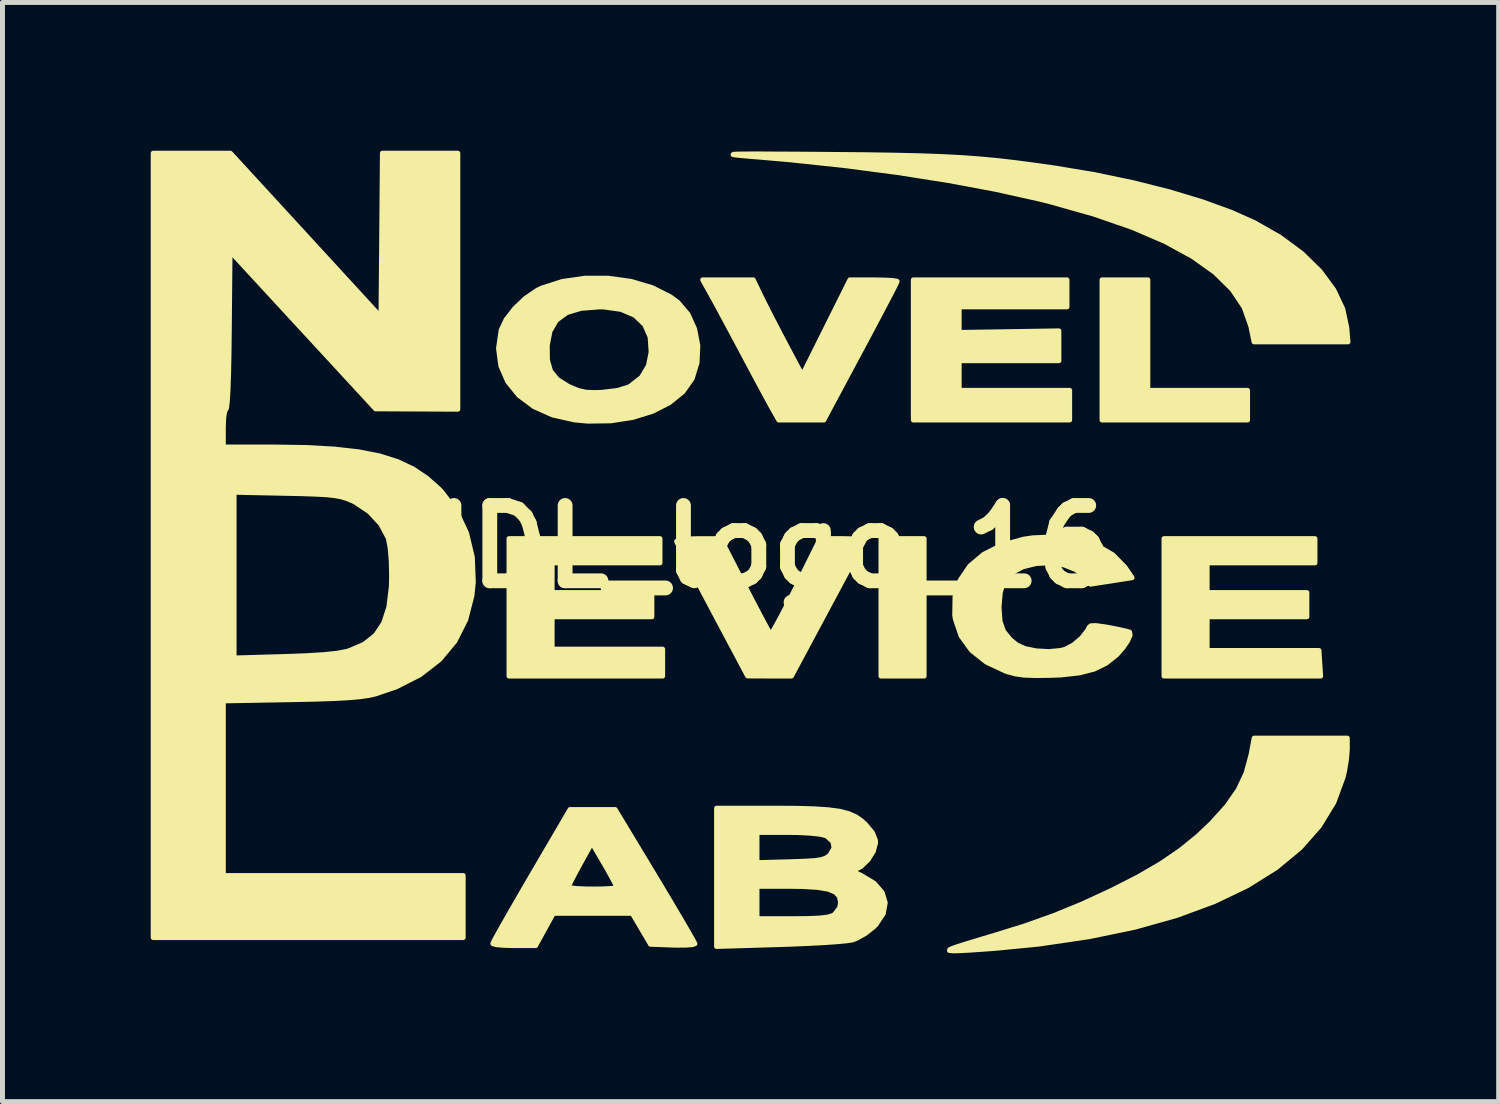
<source format=kicad_pcb>
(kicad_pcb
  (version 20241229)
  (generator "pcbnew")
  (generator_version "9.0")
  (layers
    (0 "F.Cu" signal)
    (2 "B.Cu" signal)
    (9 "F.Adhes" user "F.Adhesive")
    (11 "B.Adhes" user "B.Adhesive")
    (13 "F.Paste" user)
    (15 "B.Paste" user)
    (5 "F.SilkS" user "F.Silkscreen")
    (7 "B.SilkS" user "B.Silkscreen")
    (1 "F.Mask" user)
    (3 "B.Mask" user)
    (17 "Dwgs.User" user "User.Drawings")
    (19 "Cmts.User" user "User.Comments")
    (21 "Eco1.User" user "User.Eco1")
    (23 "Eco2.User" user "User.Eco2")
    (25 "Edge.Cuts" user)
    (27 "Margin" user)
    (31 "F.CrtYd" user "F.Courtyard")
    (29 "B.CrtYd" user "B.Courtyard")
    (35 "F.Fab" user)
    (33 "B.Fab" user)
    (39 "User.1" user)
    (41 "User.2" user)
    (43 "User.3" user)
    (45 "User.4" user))
  (footprint "NDL_logo_16"
    (layer "F.Cu")
    (at 12.159 8.013)
    (property "Reference" "NDL_logo_16" (at 0 0 0) (layer "F.SilkS") (effects (font (size 1.524 1.524) (thickness 0.3))))
    (attr through_hole)
    (fp_poly (pts (xy 3.491 2.618) (xy 3.054 2.618) (xy 2.618 2.618) (xy 2.618 1.227) (xy 2.618 -0.164) (xy 3.054 -0.164) (xy 3.491 -0.164) (xy 3.491 1.227) (xy 3.491 2.618)) (stroke (width 0.1) (type solid)) (fill yes) (layer "F.SilkS"))
    (fp_poly (pts (xy 10.036 -2.564) (xy 8.563 -2.564) (xy 7.091 -2.564) (xy 7.091 -3.982) (xy 7.091 -5.4) (xy 7.554 -5.4) (xy 8.018 -5.4) (xy 8.018 -4.282) (xy 8.018 -3.164) (xy 9.027 -3.164) (xy 10.036 -3.164) (xy 10.036 -2.864) (xy 10.036 -2.564)) (stroke (width 0.1) (type solid)) (fill yes) (layer "F.SilkS"))
    (fp_poly (pts (xy -1.8 2.618) (xy -3.354 2.618) (xy -4.909 2.618) (xy -4.909 1.227) (xy -4.909 -0.164) (xy -3.382 -0.164) (xy -1.854 -0.164) (xy -1.854 0.082) (xy -1.854 0.327) (xy -2.945 0.327) (xy -4.036 0.327) (xy -4.036 0.627) (xy -4.036 0.927) (xy -3.027 0.927) (xy -2.018 0.927) (xy -2.018 1.173) (xy -2.018 1.418) (xy -3.027 1.418) (xy -4.036 1.418) (xy -4.036 1.745) (xy -4.036 2.073) (xy -2.918 2.073) (xy -1.8 2.073) (xy -1.8 2.345) (xy -1.8 2.618)) (stroke (width 0.1) (type solid)) (fill yes) (layer "F.SilkS"))
    (fp_poly (pts (xy 6.436 -2.564) (xy 4.854 -2.564) (xy 3.273 -2.564) (xy 3.273 -3.982) (xy 3.273 -5.4) (xy 4.827 -5.4) (xy 6.382 -5.4) (xy 6.382 -5.127) (xy 6.382 -4.854) (xy 5.291 -4.854) (xy 4.2 -4.854) (xy 4.2 -4.595) (xy 4.2 -4.336) (xy 5.209 -4.352) (xy 6.218 -4.368) (xy 6.218 -4.066) (xy 6.218 -3.763) (xy 5.209 -3.763) (xy 4.2 -3.763) (xy 4.2 -3.463) (xy 4.2 -3.164) (xy 5.318 -3.164) (xy 6.436 -3.164) (xy 6.436 -2.864) (xy 6.436 -2.564)) (stroke (width 0.1) (type solid)) (fill yes) (layer "F.SilkS"))
    (fp_poly (pts (xy 11.515 2.618) (xy 9.93 2.618) (xy 8.345 2.618) (xy 8.345 1.227) (xy 8.345 -0.164) (xy 9.872 -0.164) (xy 11.4 -0.164) (xy 11.4 0.082) (xy 11.4 0.327) (xy 10.309 0.327) (xy 9.218 0.327) (xy 9.218 0.627) (xy 9.218 0.927) (xy 10.227 0.927) (xy 11.236 0.927) (xy 11.236 1.173) (xy 11.236 1.418) (xy 10.227 1.418) (xy 9.218 1.418) (xy 9.218 1.759) (xy 9.218 2.1) (xy 10.35 2.1) (xy 11.481 2.1) (xy 11.498 2.359) (xy 11.515 2.618)) (stroke (width 0.1) (type solid)) (fill yes) (layer "F.SilkS"))
    (fp_poly (pts (xy 2.945 -5.369) (xy 2.921 -5.314) (xy 2.851 -5.176) (xy 2.742 -4.967) (xy 2.601 -4.699) (xy 2.434 -4.383) (xy 2.248 -4.034) (xy 2.203 -3.951) (xy 1.461 -2.564) (xy 1.006 -2.564) (xy 0.55 -2.564) (xy 0.418 -2.795) (xy 0.35 -2.919) (xy 0.242 -3.118) (xy 0.105 -3.372) (xy -0.05 -3.662) (xy -0.191 -3.927) (xy -0.355 -4.235) (xy -0.514 -4.531) (xy -0.655 -4.794) (xy -0.767 -5) (xy -0.83 -5.113) (xy -0.99 -5.4) (xy -0.478 -5.4) (xy 0.034 -5.4) (xy 0.193 -5.067) (xy 0.283 -4.887) (xy 0.407 -4.642) (xy 0.55 -4.367) (xy 0.689 -4.102) (xy 1.026 -3.469) (xy 1.508 -4.435) (xy 1.989 -5.4) (xy 2.467 -5.4) (xy 2.68 -5.396) (xy 2.845 -5.388) (xy 2.935 -5.375) (xy 2.945 -5.369)) (stroke (width 0.1) (type solid)) (fill yes) (layer "F.SilkS"))
    (fp_poly (pts (xy 2.274 -0.123) (xy 2.244 -0.066) (xy 2.168 0.075) (xy 2.055 0.286) (xy 1.91 0.556) (xy 1.742 0.871) (xy 1.555 1.219) (xy 1.529 1.268) (xy 0.806 2.618) (xy 0.362 2.617) (xy -0.082 2.615) (xy -0.79 1.283) (xy -0.976 0.932) (xy -1.145 0.612) (xy -1.29 0.335) (xy -1.405 0.115) (xy -1.483 -0.036) (xy -1.517 -0.105) (xy -1.517 -0.107) (xy -1.476 -0.137) (xy -1.333 -0.156) (xy -1.096 -0.163) (xy -1.082 -0.163) (xy -0.627 -0.162) (xy -0.136 0.796) (xy 0.016 1.09) (xy 0.152 1.35) (xy 0.264 1.561) (xy 0.343 1.706) (xy 0.383 1.771) (xy 0.385 1.773) (xy 0.417 1.733) (xy 0.489 1.609) (xy 0.594 1.415) (xy 0.724 1.167) (xy 0.87 0.877) (xy 0.902 0.815) (xy 1.388 -0.164) (xy 1.843 -0.164) (xy 2.047 -0.159) (xy 2.197 -0.147) (xy 2.271 -0.13) (xy 2.274 -0.123)) (stroke (width 0.1) (type solid)) (fill yes) (layer "F.SilkS"))
    (fp_poly (pts (xy 12.054 4.107) (xy 12.039 4.294) (xy 12.002 4.523) (xy 11.971 4.661) (xy 11.781 5.175) (xy 11.49 5.652) (xy 11.101 6.093) (xy 10.615 6.495) (xy 10.036 6.858) (xy 9.365 7.18) (xy 8.605 7.461) (xy 7.758 7.699) (xy 6.826 7.892) (xy 5.813 8.041) (xy 4.942 8.126) (xy 4.663 8.147) (xy 4.413 8.164) (xy 4.217 8.174) (xy 4.102 8.178) (xy 4.096 8.178) (xy 4.003 8.171) (xy 4.011 8.152) (xy 4.063 8.128) (xy 4.156 8.095) (xy 4.329 8.04) (xy 4.559 7.97) (xy 4.822 7.891) (xy 4.85 7.883) (xy 5.516 7.677) (xy 6.115 7.464) (xy 6.691 7.228) (xy 7.282 6.955) (xy 7.825 6.678) (xy 8.284 6.411) (xy 8.679 6.141) (xy 9.032 5.854) (xy 9.303 5.597) (xy 9.618 5.249) (xy 9.846 4.92) (xy 10.004 4.586) (xy 10.103 4.223) (xy 10.107 4.205) (xy 10.17 3.873) (xy 11.112 3.873) (xy 12.054 3.873) (xy 12.054 4.107)) (stroke (width 0.1) (type solid)) (fill yes) (layer "F.SilkS"))
    (fp_poly (pts (xy 12.068 -4.145) (xy 11.117 -4.145) (xy 10.167 -4.145) (xy 10.101 -4.464) (xy 9.967 -4.844) (xy 9.725 -5.206) (xy 9.377 -5.549) (xy 8.922 -5.873) (xy 8.36 -6.179) (xy 7.693 -6.465) (xy 6.919 -6.732) (xy 6.04 -6.98) (xy 5.809 -7.038) (xy 4.94 -7.231) (xy 3.983 -7.41) (xy 2.958 -7.571) (xy 1.884 -7.712) (xy 0.783 -7.829) (xy 0.187 -7.881) (xy -0.033 -7.899) (xy -0.204 -7.914) (xy -0.319 -7.926) (xy -0.375 -7.935) (xy -0.364 -7.941) (xy -0.281 -7.945) (xy -0.12 -7.947) (xy 0.125 -7.948) (xy 0.46 -7.946) (xy 0.889 -7.944) (xy 1.42 -7.94) (xy 1.636 -7.938) (xy 2.312 -7.932) (xy 2.895 -7.923) (xy 3.403 -7.911) (xy 3.85 -7.895) (xy 4.255 -7.874) (xy 4.634 -7.846) (xy 5.003 -7.811) (xy 5.378 -7.767) (xy 5.777 -7.714) (xy 6.136 -7.663) (xy 6.94 -7.529) (xy 7.716 -7.367) (xy 8.447 -7.183) (xy 9.117 -6.981) (xy 9.71 -6.765) (xy 10.172 -6.559) (xy 10.691 -6.263) (xy 11.137 -5.932) (xy 11.503 -5.574) (xy 11.78 -5.198) (xy 11.963 -4.811) (xy 12.043 -4.439) (xy 12.068 -4.145)) (stroke (width 0.1) (type solid)) (fill yes) (layer "F.SilkS"))
    (fp_poly (pts (xy -1.147 8.034) (xy -1.197 8.052) (xy -1.33 8.062) (xy -1.521 8.063) (xy -1.595 8.061) (xy -2.045 8.045) (xy -2.23 7.731) (xy -2.415 7.418) (xy -2.727 7.418) (xy -2.727 6.896) (xy -2.754 6.831) (xy -2.829 6.688) (xy -2.943 6.484) (xy -3.089 6.234) (xy -3.125 6.173) (xy -3.232 5.991) (xy -3.469 6.418) (xy -3.574 6.612) (xy -3.656 6.77) (xy -3.702 6.868) (xy -3.707 6.886) (xy -3.658 6.904) (xy -3.523 6.918) (xy -3.328 6.926) (xy -3.218 6.927) (xy -3.002 6.924) (xy -2.834 6.915) (xy -2.74 6.903) (xy -2.727 6.896) (xy -2.727 7.418) (xy -3.213 7.418) (xy -4.011 7.418) (xy -4.191 7.745) (xy -4.371 8.072) (xy -4.803 8.072) (xy -5.005 8.067) (xy -5.157 8.054) (xy -5.232 8.035) (xy -5.236 8.029) (xy -5.21 7.973) (xy -5.135 7.835) (xy -5.018 7.627) (xy -4.867 7.363) (xy -4.689 7.054) (xy -4.49 6.712) (xy -4.455 6.652) (xy -3.674 5.318) (xy -3.217 5.318) (xy -2.761 5.318) (xy -1.955 6.654) (xy -1.748 6.999) (xy -1.561 7.314) (xy -1.4 7.586) (xy -1.273 7.805) (xy -1.187 7.957) (xy -1.149 8.03) (xy -1.147 8.034)) (stroke (width 0.1) (type solid)) (fill yes) (layer "F.SilkS"))
    (fp_poly (pts (xy -1.088 -4.069) (xy -1.103 -3.728) (xy -1.2 -3.409) (xy -1.206 -3.397) (xy -1.39 -3.136) (xy -1.662 -2.915) (xy -2.007 -2.739) (xy -2.033 -2.731) (xy -2.033 -3.938) (xy -2.054 -4.247) (xy -2.165 -4.496) (xy -2.361 -4.682) (xy -2.639 -4.802) (xy -2.995 -4.852) (xy -3.077 -4.853) (xy -3.455 -4.823) (xy -3.744 -4.735) (xy -3.951 -4.582) (xy -4.079 -4.363) (xy -4.135 -4.072) (xy -4.135 -4.069) (xy -4.131 -3.774) (xy -4.068 -3.554) (xy -3.933 -3.387) (xy -3.714 -3.249) (xy -3.692 -3.238) (xy -3.514 -3.163) (xy -3.352 -3.126) (xy -3.158 -3.119) (xy -3.02 -3.125) (xy -2.712 -3.162) (xy -2.487 -3.232) (xy -2.453 -3.25) (xy -2.226 -3.43) (xy -2.089 -3.66) (xy -2.033 -3.938) (xy -2.033 -2.731) (xy -2.409 -2.615) (xy -2.852 -2.547) (xy -3.321 -2.541) (xy -3.585 -2.566) (xy -4.027 -2.666) (xy -4.404 -2.834) (xy -4.709 -3.062) (xy -4.935 -3.34) (xy -5.075 -3.66) (xy -5.121 -4.012) (xy -5.068 -4.384) (xy -4.967 -4.597) (xy -4.793 -4.821) (xy -4.574 -5.029) (xy -4.337 -5.19) (xy -4.251 -5.233) (xy -3.828 -5.368) (xy -3.37 -5.434) (xy -2.899 -5.433) (xy -2.438 -5.369) (xy -2.013 -5.243) (xy -1.646 -5.058) (xy -1.491 -4.944) (xy -1.287 -4.704) (xy -1.152 -4.404) (xy -1.088 -4.069)) (stroke (width 0.1) (type solid)) (fill yes) (layer "F.SilkS"))
    (fp_poly (pts (xy 7.699 0.627) (xy 7.278 0.693) (xy 6.857 0.758) (xy 6.746 0.618) (xy 6.563 0.464) (xy 6.32 0.367) (xy 6.043 0.326) (xy 5.757 0.34) (xy 5.489 0.407) (xy 5.264 0.525) (xy 5.108 0.694) (xy 5.097 0.714) (xy 5.032 0.925) (xy 5.008 1.216) (xy 5.008 1.245) (xy 5.028 1.512) (xy 5.098 1.712) (xy 5.233 1.878) (xy 5.362 1.984) (xy 5.529 2.061) (xy 5.761 2.108) (xy 6.017 2.122) (xy 6.256 2.099) (xy 6.347 2.075) (xy 6.515 1.986) (xy 6.68 1.846) (xy 6.8 1.692) (xy 6.829 1.63) (xy 6.868 1.599) (xy 6.966 1.596) (xy 7.144 1.62) (xy 7.23 1.635) (xy 7.423 1.673) (xy 7.573 1.706) (xy 7.648 1.728) (xy 7.649 1.728) (xy 7.659 1.789) (xy 7.61 1.902) (xy 7.518 2.04) (xy 7.399 2.176) (xy 7.382 2.192) (xy 7.17 2.36) (xy 6.927 2.478) (xy 6.632 2.554) (xy 6.262 2.595) (xy 6.054 2.603) (xy 5.746 2.607) (xy 5.517 2.599) (xy 5.337 2.574) (xy 5.178 2.531) (xy 5.143 2.519) (xy 4.752 2.336) (xy 4.449 2.096) (xy 4.238 1.804) (xy 4.123 1.465) (xy 4.11 1.383) (xy 4.116 1.012) (xy 4.219 0.68) (xy 4.415 0.391) (xy 4.697 0.153) (xy 5.06 -0.03) (xy 5.497 -0.151) (xy 5.687 -0.18) (xy 6.161 -0.201) (xy 6.598 -0.148) (xy 6.985 -0.025) (xy 7.307 0.162) (xy 7.551 0.41) (xy 7.571 0.438) (xy 7.699 0.627)) (stroke (width 0.1) (type solid)) (fill yes) (layer "F.SilkS"))
    (fp_poly (pts (xy 2.705 7.206) (xy 2.664 7.425) (xy 2.518 7.645) (xy 2.462 7.7) (xy 2.295 7.83) (xy 2.115 7.93) (xy 2.038 7.957) (xy 1.923 7.975) (xy 1.8 7.986) (xy 1.8 7.194) (xy 1.776 7.077) (xy 1.697 6.99) (xy 1.668 6.978) (xy 1.668 6.099) (xy 1.646 5.967) (xy 1.523 5.858) (xy 1.496 5.844) (xy 1.383 5.818) (xy 1.187 5.797) (xy 0.934 5.784) (xy 0.734 5.782) (xy 0.109 5.782) (xy 0.109 6.087) (xy 0.109 6.393) (xy 0.789 6.374) (xy 1.078 6.364) (xy 1.28 6.351) (xy 1.414 6.331) (xy 1.502 6.301) (xy 1.565 6.258) (xy 1.586 6.238) (xy 1.668 6.099) (xy 1.668 6.978) (xy 1.551 6.93) (xy 1.327 6.893) (xy 1.013 6.875) (xy 0.765 6.872) (xy 0.109 6.872) (xy 0.109 7.2) (xy 0.109 7.527) (xy 0.833 7.527) (xy 1.152 7.524) (xy 1.38 7.514) (xy 1.535 7.495) (xy 1.637 7.466) (xy 1.679 7.442) (xy 1.782 7.307) (xy 1.8 7.194) (xy 1.8 7.986) (xy 1.718 7.994) (xy 1.441 8.013) (xy 1.112 8.03) (xy 0.748 8.045) (xy 0.559 8.051) (xy -0.709 8.089) (xy -0.709 6.69) (xy -0.709 5.291) (xy 0.406 5.291) (xy 0.879 5.293) (xy 1.256 5.303) (xy 1.554 5.323) (xy 1.785 5.354) (xy 1.965 5.401) (xy 2.107 5.464) (xy 2.226 5.547) (xy 2.304 5.619) (xy 2.447 5.789) (xy 2.506 5.94) (xy 2.509 5.989) (xy 2.465 6.16) (xy 2.355 6.336) (xy 2.21 6.474) (xy 2.118 6.521) (xy 2.06 6.548) (xy 2.077 6.582) (xy 2.183 6.636) (xy 2.218 6.652) (xy 2.48 6.81) (xy 2.643 6.998) (xy 2.705 7.206)) (stroke (width 0.1) (type solid)) (fill yes) (layer "F.SilkS"))
    (fp_poly (pts (xy -5.631 0.722) (xy -5.659 0.99) (xy -5.785 1.479) (xy -6.003 1.91) (xy -6.311 2.281) (xy -6.708 2.59) (xy -7.192 2.837) (xy -7.285 2.868) (xy -7.285 0.6) (xy -7.292 0.284) (xy -7.315 0.019) (xy -7.351 -0.167) (xy -7.357 -0.184) (xy -7.506 -0.462) (xy -7.737 -0.71) (xy -8.024 -0.902) (xy -8.086 -0.932) (xy -8.196 -0.976) (xy -8.306 -1.01) (xy -8.437 -1.034) (xy -8.606 -1.052) (xy -8.832 -1.064) (xy -9.134 -1.074) (xy -9.422 -1.08) (xy -10.472 -1.102) (xy -10.472 0.574) (xy -10.472 2.251) (xy -9.45 2.222) (xy -9.001 2.205) (xy -8.65 2.183) (xy -8.385 2.155) (xy -8.193 2.118) (xy -8.143 2.104) (xy -7.84 1.974) (xy -7.609 1.791) (xy -7.445 1.544) (xy -7.341 1.224) (xy -7.291 0.82) (xy -7.285 0.6) (xy -7.285 2.868) (xy -7.609 2.979) (xy -7.746 3.01) (xy -7.918 3.035) (xy -8.139 3.055) (xy -8.425 3.071) (xy -8.789 3.084) (xy -9.245 3.094) (xy -9.313 3.095) (xy -10.69 3.12) (xy -10.69 4.887) (xy -10.69 6.654) (xy -8.263 6.654) (xy -5.836 6.654) (xy -5.836 7.282) (xy -5.836 7.909) (xy -8.972 7.909) (xy -12.109 7.909) (xy -12.109 -0.027) (xy -12.109 -7.963) (xy -11.328 -7.963) (xy -10.547 -7.963) (xy -9.023 -6.304) (xy -7.5 -4.645) (xy -7.485 -6.304) (xy -7.471 -7.963) (xy -6.708 -7.963) (xy -5.945 -7.963) (xy -5.945 -5.373) (xy -5.945 -2.782) (xy -6.777 -2.786) (xy -7.609 -2.79) (xy -9.081 -4.386) (xy -10.554 -5.983) (xy -10.569 -4.382) (xy -10.575 -3.894) (xy -10.584 -3.487) (xy -10.595 -3.166) (xy -10.609 -2.939) (xy -10.624 -2.81) (xy -10.637 -2.782) (xy -10.664 -2.732) (xy -10.683 -2.598) (xy -10.69 -2.408) (xy -10.69 -2.4) (xy -10.69 -2.018) (xy -9.695 -2.018) (xy -9.021 -2.008) (xy -8.443 -1.976) (xy -7.949 -1.92) (xy -7.526 -1.837) (xy -7.164 -1.722) (xy -6.85 -1.574) (xy -6.573 -1.388) (xy -6.32 -1.163) (xy -6.271 -1.111) (xy -5.976 -0.722) (xy -5.768 -0.276) (xy -5.651 0.21) (xy -5.631 0.722)) (stroke (width 0.1) (type solid)) (fill yes) (layer "F.SilkS")))
  (gr_rect
    (start -3 -3)
    (end 27.276 19.241)
    (stroke (width 0.1) (type default))
    (fill no)
    (layer "Edge.Cuts")))
</source>
